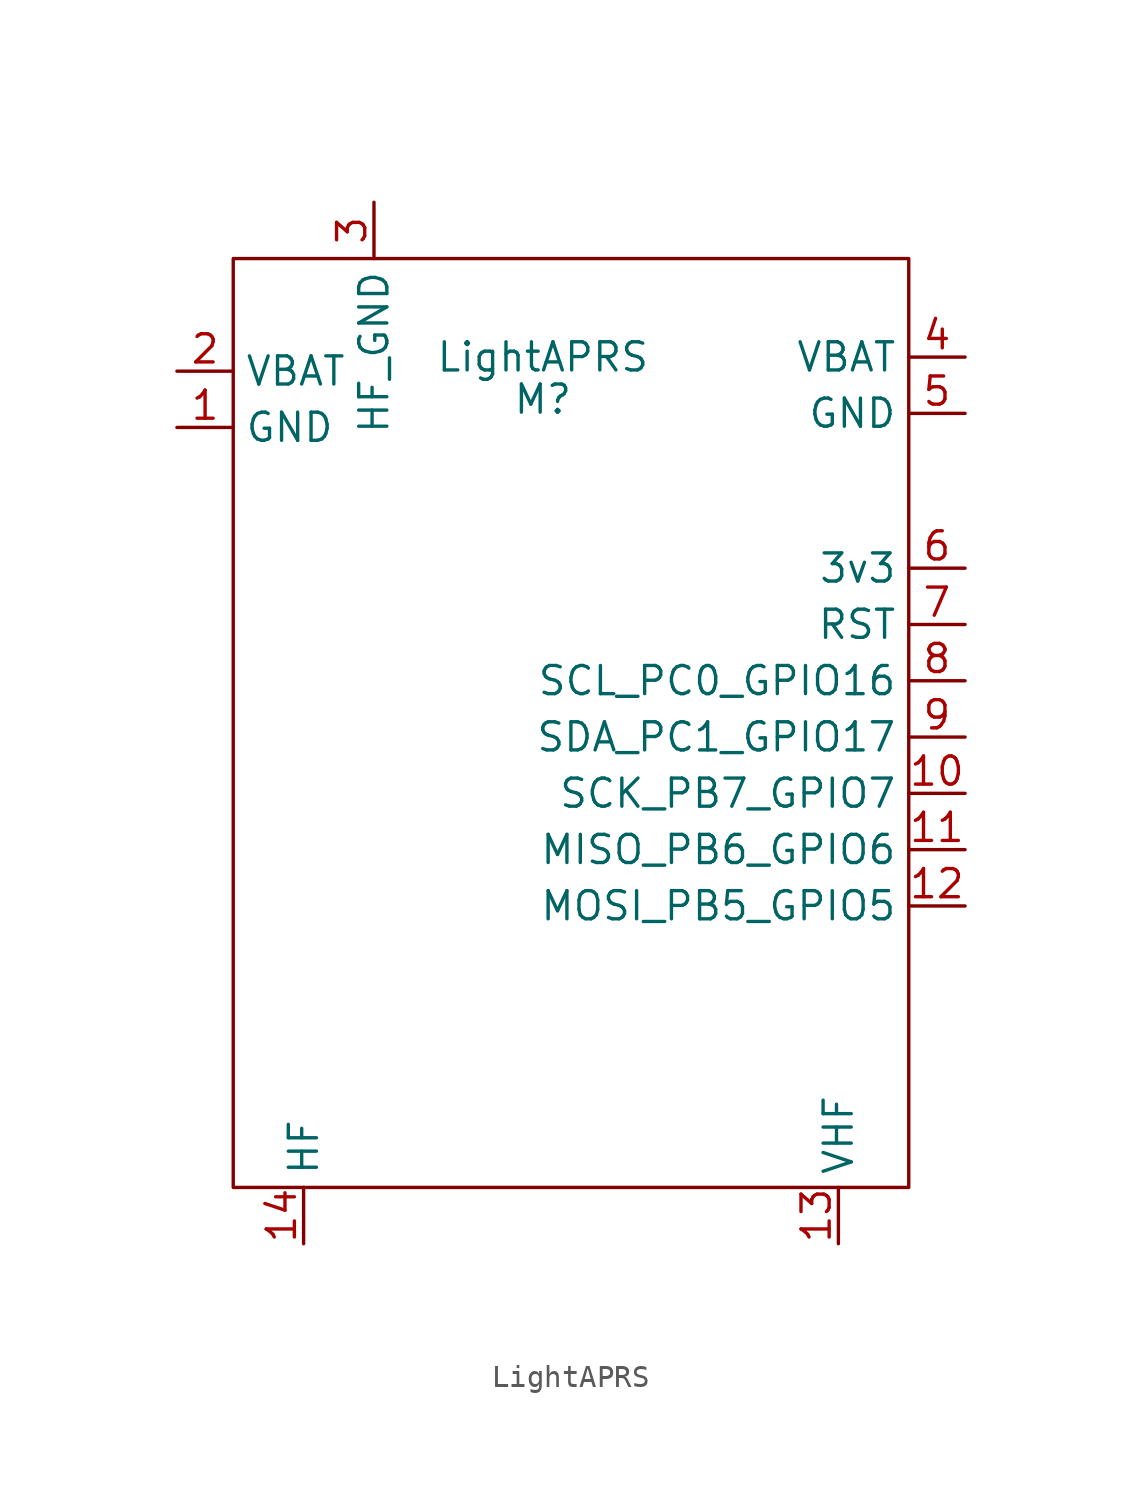
<source format=kicad_sym>
(kicad_symbol_lib
  (version 20211014)
  (generator kicad_symbol_editor)
  (symbol "LightAPRS"
    (property "Reference" "M"
      (at 0 7.62 0)
      (effects (font (size 1.27 1.27))))
    (property "Value" "LightAPRS"
      (at 0 9.525 0)
      (effects (font (size 1.27 1.27))))
    (symbol "LightAPRS_0_1"
      (rectangle (start -13.97 13.97) (end 16.51 -27.94) (stroke (width 0) (type default) (color 0 0 0 0)) (fill (type none))))
    (symbol "LightAPRS_1_1"
      (pin input line (at -16.51 6.35 0) (length 2.54) (name "GND" (effects (font (size 1.27 1.27)))) (number "1" (effects (font (size 1.27 1.27)))))
      (pin input line (at 19.05 -10.16 180) (length 2.54) (name "SCK_PB7_GPIO7" (effects (font (size 1.27 1.27)))) (number "10" (effects (font (size 1.27 1.27)))))
      (pin input line (at 19.05 -12.7 180) (length 2.54) (name "MISO_PB6_GPIO6" (effects (font (size 1.27 1.27)))) (number "11" (effects (font (size 1.27 1.27)))))
      (pin input line (at 19.05 -15.24 180) (length 2.54) (name "MOSI_PB5_GPIO5" (effects (font (size 1.27 1.27)))) (number "12" (effects (font (size 1.27 1.27)))))
      (pin output line (at 13.335 -30.48 90) (length 2.54) (name "VHF" (effects (font (size 1.27 1.27)))) (number "13" (effects (font (size 1.27 1.27)))))
      (pin output line (at -10.795 -30.48 90) (length 2.54) (name "HF" (effects (font (size 1.27 1.27)))) (number "14" (effects (font (size 1.27 1.27)))))
      (pin input line (at -16.51 8.89 0) (length 2.54) (name "VBAT" (effects (font (size 1.27 1.27)))) (number "2" (effects (font (size 1.27 1.27)))))
      (pin input line (at -7.62 16.51 270) (length 2.54) (name "HF_GND" (effects (font (size 1.27 1.27)))) (number "3" (effects (font (size 1.27 1.27)))))
      (pin input line (at 19.05 9.525 180) (length 2.54) (name "VBAT" (effects (font (size 1.27 1.27)))) (number "4" (effects (font (size 1.27 1.27)))))
      (pin input line (at 19.05 6.985 180) (length 2.54) (name "GND" (effects (font (size 1.27 1.27)))) (number "5" (effects (font (size 1.27 1.27)))))
      (pin bidirectional line (at 19.05 0 180) (length 2.54) (name "3v3" (effects (font (size 1.27 1.27)))) (number "6" (effects (font (size 1.27 1.27)))))
      (pin input line (at 19.05 -2.54 180) (length 2.54) (name "RST" (effects (font (size 1.27 1.27)))) (number "7" (effects (font (size 1.27 1.27)))))
      (pin input line (at 19.05 -5.08 180) (length 2.54) (name "SCL_PC0_GPIO16" (effects (font (size 1.27 1.27)))) (number "8" (effects (font (size 1.27 1.27)))))
      (pin input line (at 19.05 -7.62 180) (length 2.54) (name "SDA_PC1_GPIO17" (effects (font (size 1.27 1.27)))) (number "9" (effects (font (size 1.27 1.27))))))))
</source>
